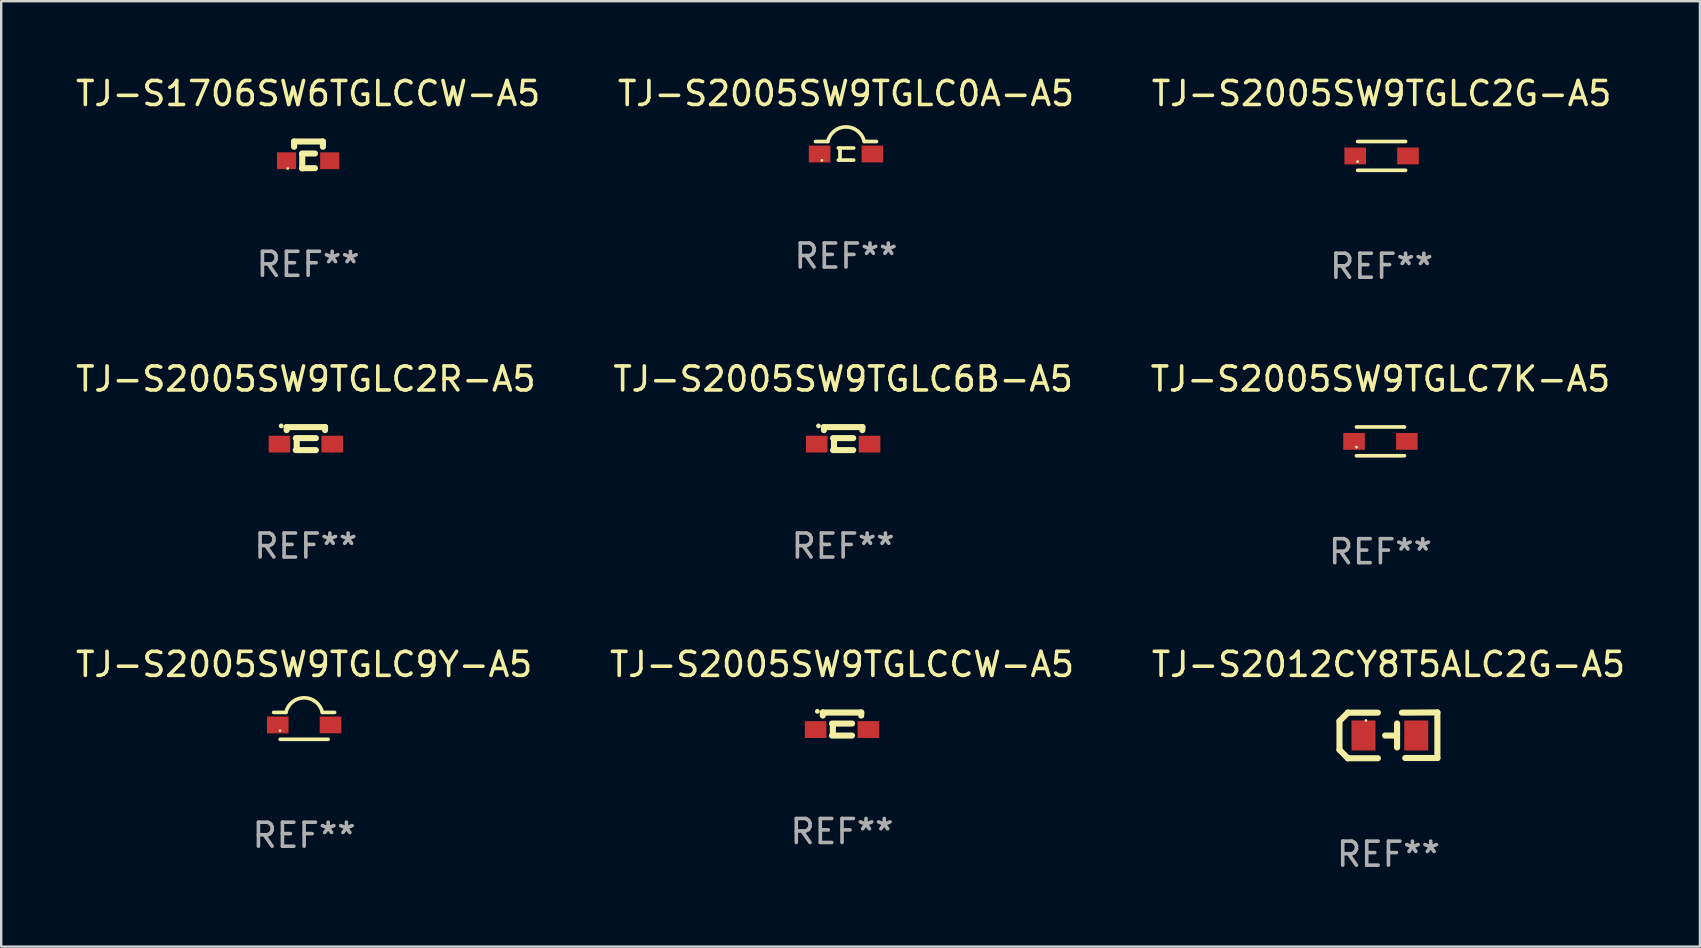
<source format=kicad_pcb>
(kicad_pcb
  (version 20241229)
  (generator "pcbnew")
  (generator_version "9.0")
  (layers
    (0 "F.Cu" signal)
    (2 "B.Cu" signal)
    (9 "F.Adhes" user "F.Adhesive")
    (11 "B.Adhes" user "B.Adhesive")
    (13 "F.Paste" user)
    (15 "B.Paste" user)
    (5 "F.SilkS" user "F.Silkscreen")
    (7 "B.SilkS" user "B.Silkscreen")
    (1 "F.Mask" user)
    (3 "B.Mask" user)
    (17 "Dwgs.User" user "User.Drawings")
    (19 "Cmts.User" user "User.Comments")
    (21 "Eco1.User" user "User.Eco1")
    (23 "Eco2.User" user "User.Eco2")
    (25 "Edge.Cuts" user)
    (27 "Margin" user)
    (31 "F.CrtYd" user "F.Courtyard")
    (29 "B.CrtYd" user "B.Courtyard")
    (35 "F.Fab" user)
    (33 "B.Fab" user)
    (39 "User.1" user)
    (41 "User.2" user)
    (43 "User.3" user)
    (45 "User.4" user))
  (footprint "TJ-S2005SW9TGLCCW-A5"
    (layer "F.Cu")
    (at 32.042 27.123)
    (property "Reference" "TJ-S2005SW9TGLCCW-A5" (at 0 -2.482 0) (layer "F.SilkS") (effects (font (size 1 1) (thickness 0.15))))
    (attr through_hole)
    (fp_line (start -0.8 -0.482) (end -0.8 -0.349) (stroke (width 0.254) (type solid)) (layer "F.SilkS"))
    (fp_line (start -0.797 -0.477) (end 0.803 -0.477) (stroke (width 0.254) (type solid)) (layer "F.SilkS"))
    (fp_line (start -0.419 -0.018) (end 0.419 -0.018) (stroke (width 0.254) (type solid)) (layer "F.SilkS"))
    (fp_line (start -0.419 0.482) (end 0.419 0.482) (stroke (width 0.254) (type solid)) (layer "F.SilkS"))
    (fp_line (start -0.381 0.359) (end -0.381 0.105) (stroke (width 0.254) (type solid)) (layer "F.SilkS"))
    (fp_line (start 0.8 -0.482) (end 0.8 -0.349) (stroke (width 0.254) (type solid)) (layer "F.SilkS"))
    (fp_circle (center -1.027 -0.527) (end -0.977 -0.527) (stroke (width 0.1) (type solid)) (fill no) (layer "F.SilkS"))
    (fp_text user "REF**" (at 0 4.482 0) (layer "F.Fab") (effects (font (size 1 1) (thickness 0.15))))
    (pad "1" smd rect (at -1.1 0.232) (size 0.9 0.7) (layers "F.Cu" "F.Mask" "F.Paste"))
    (pad "2" smd rect (at 1.1 0.232) (size 0.9 0.7) (layers "F.Cu" "F.Mask" "F.Paste")))
  (footprint "TJ-S2005SW9TGLC2G-A5"
    (layer "F.Cu")
    (at 54.53 3.448)
    (property "Reference" "TJ-S2005SW9TGLC2G-A5" (at 0 -2.6 0) (layer "F.SilkS") (effects (font (size 1 1) (thickness 0.15))))
    (attr through_hole)
    (fp_line (start -1 -0.6) (end 1 -0.6) (stroke (width 0.152) (type solid)) (layer "F.SilkS"))
    (fp_line (start -1 0.6) (end 1 0.6) (stroke (width 0.152) (type solid)) (layer "F.SilkS"))
    (fp_circle (center -1 0.24) (end -0.97 0.24) (stroke (width 0.06) (type solid)) (fill no) (layer "F.SilkS"))
    (fp_text user "REF**" (at 0 4.6 0) (layer "F.Fab") (effects (font (size 1 1) (thickness 0.15))))
    (pad "1" smd rect (at -1.1 0) (size 0.9 0.7) (layers "F.Cu" "F.Mask" "F.Paste"))
    (pad "2" smd rect (at 1.1 0) (size 0.9 0.7) (layers "F.Cu" "F.Mask" "F.Paste")))
  (footprint "TJ-S2005SW9TGLC7K-A5"
    (layer "F.Cu")
    (at 54.482 15.345)
    (property "Reference" "TJ-S2005SW9TGLC7K-A5" (at 0 -2.6 0) (layer "F.SilkS") (effects (font (size 1 1) (thickness 0.15))))
    (attr through_hole)
    (fp_line (start -1 -0.6) (end 1 -0.6) (stroke (width 0.152) (type solid)) (layer "F.SilkS"))
    (fp_line (start -1 0.6) (end 1 0.6) (stroke (width 0.152) (type solid)) (layer "F.SilkS"))
    (fp_circle (center -1 0.24) (end -0.97 0.24) (stroke (width 0.06) (type solid)) (fill no) (layer "F.SilkS"))
    (fp_text user "REF**" (at 0 4.6 0) (layer "F.Fab") (effects (font (size 1 1) (thickness 0.15))))
    (pad "1" smd rect (at -1.1 0) (size 0.9 0.7) (layers "F.Cu" "F.Mask" "F.Paste"))
    (pad "2" smd rect (at 1.1 0) (size 0.9 0.7) (layers "F.Cu" "F.Mask" "F.Paste")))
  (footprint "TJ-S2005SW9TGLC0A-A5"
    (layer "F.Cu")
    (at 32.208 3.235)
    (property "Reference" "TJ-S2005SW9TGLC0A-A5" (at 0 -2.387 0) (layer "F.SilkS") (effects (font (size 1 1) (thickness 0.15))))
    (attr through_hole)
    (fp_line (start -1.27 -0.387) (end -0.76 -0.387) (stroke (width 0.152) (type solid)) (layer "F.SilkS"))
    (fp_line (start -0.319 -0.117) (end 0.319 -0.117) (stroke (width 0.152) (type solid)) (layer "F.SilkS"))
    (fp_line (start -0.25 -0.117) (end -0.25 0.387) (stroke (width 0.152) (type solid)) (layer "F.SilkS"))
    (fp_line (start 0.319 0.387) (end -0.319 0.387) (stroke (width 0.152) (type solid)) (layer "F.SilkS"))
    (fp_line (start 1.27 -0.387) (end 0.76 -0.387) (stroke (width 0.152) (type solid)) (layer "F.SilkS"))
    (fp_arc (start -0.759423 -0.387351) (mid 0.000501 -0.99613) (end 0.759957 -0.386767) (stroke (width 0.151994) (type solid)) (layer "F.SilkS"))
    (fp_circle (center -1.005 0.396) (end -0.975 0.396) (stroke (width 0.06) (type solid)) (fill no) (layer "F.SilkS"))
    (fp_text user "REF**" (at 0 4.387 0) (layer "F.Fab") (effects (font (size 1 1) (thickness 0.15))))
    (pad "1" smd rect (at -1.1 0.133) (size 0.9 0.7) (layers "F.Cu" "F.Mask" "F.Paste"))
    (pad "2" smd rect (at 1.1 0.133) (size 0.9 0.7) (layers "F.Cu" "F.Mask" "F.Paste")))
  (footprint "TJ-S2005SW9TGLC2R-A5"
    (layer "F.Cu")
    (at 9.696 15.227)
    (property "Reference" "TJ-S2005SW9TGLC2R-A5" (at 0 -2.482 0) (layer "F.SilkS") (effects (font (size 1 1) (thickness 0.15))))
    (attr through_hole)
    (fp_line (start -0.8 -0.482) (end -0.8 -0.349) (stroke (width 0.254) (type solid)) (layer "F.SilkS"))
    (fp_line (start -0.797 -0.477) (end 0.803 -0.477) (stroke (width 0.254) (type solid)) (layer "F.SilkS"))
    (fp_line (start -0.419 -0.018) (end 0.419 -0.018) (stroke (width 0.254) (type solid)) (layer "F.SilkS"))
    (fp_line (start -0.419 0.482) (end 0.419 0.482) (stroke (width 0.254) (type solid)) (layer "F.SilkS"))
    (fp_line (start -0.381 0.359) (end -0.381 0.105) (stroke (width 0.254) (type solid)) (layer "F.SilkS"))
    (fp_line (start 0.8 -0.482) (end 0.8 -0.349) (stroke (width 0.254) (type solid)) (layer "F.SilkS"))
    (fp_circle (center -1.027 -0.527) (end -0.977 -0.527) (stroke (width 0.1) (type solid)) (fill no) (layer "F.SilkS"))
    (fp_text user "REF**" (at 0 4.482 0) (layer "F.Fab") (effects (font (size 1 1) (thickness 0.15))))
    (pad "1" smd rect (at -1.1 0.232) (size 0.9 0.7) (layers "F.Cu" "F.Mask" "F.Paste"))
    (pad "2" smd rect (at 1.1 0.232) (size 0.9 0.7) (layers "F.Cu" "F.Mask" "F.Paste")))
  (footprint "TJ-S2005SW9TGLC6B-A5"
    (layer "F.Cu")
    (at 32.089 15.227)
    (property "Reference" "TJ-S2005SW9TGLC6B-A5" (at 0 -2.482 0) (layer "F.SilkS") (effects (font (size 1 1) (thickness 0.15))))
    (attr through_hole)
    (fp_line (start -0.8 -0.482) (end -0.8 -0.349) (stroke (width 0.254) (type solid)) (layer "F.SilkS"))
    (fp_line (start -0.797 -0.477) (end 0.803 -0.477) (stroke (width 0.254) (type solid)) (layer "F.SilkS"))
    (fp_line (start -0.419 -0.018) (end 0.419 -0.018) (stroke (width 0.254) (type solid)) (layer "F.SilkS"))
    (fp_line (start -0.419 0.482) (end 0.419 0.482) (stroke (width 0.254) (type solid)) (layer "F.SilkS"))
    (fp_line (start -0.381 0.359) (end -0.381 0.105) (stroke (width 0.254) (type solid)) (layer "F.SilkS"))
    (fp_line (start 0.8 -0.482) (end 0.8 -0.349) (stroke (width 0.254) (type solid)) (layer "F.SilkS"))
    (fp_circle (center -1.027 -0.527) (end -0.977 -0.527) (stroke (width 0.1) (type solid)) (fill no) (layer "F.SilkS"))
    (fp_text user "REF**" (at 0 4.482 0) (layer "F.Fab") (effects (font (size 1 1) (thickness 0.15))))
    (pad "1" smd rect (at -1.1 0.232) (size 0.9 0.7) (layers "F.Cu" "F.Mask" "F.Paste"))
    (pad "2" smd rect (at 1.1 0.232) (size 0.9 0.7) (layers "F.Cu" "F.Mask" "F.Paste")))
  (footprint "TJ-S1706SW6TGLCCW-A5"
    (layer "F.Cu")
    (at 9.792 3.408)
    (property "Reference" "TJ-S1706SW6TGLCCW-A5" (at 0 -2.56 0) (layer "F.SilkS") (effects (font (size 1 1) (thickness 0.15))))
    (attr through_hole)
    (fp_line (start -0.585 -0.56) (end -0.585 -0.341) (stroke (width 0.254) (type solid)) (layer "F.SilkS"))
    (fp_line (start -0.585 -0.56) (end 0.615 -0.56) (stroke (width 0.254) (type solid)) (layer "F.SilkS"))
    (fp_line (start -0.254 0.55) (end 0.284 0.55) (stroke (width 0.254) (type solid)) (layer "F.SilkS"))
    (fp_line (start -0.245 0.56) (end -0.245 -0.039) (stroke (width 0.254) (type solid)) (layer "F.SilkS"))
    (fp_line (start 0.284 -0.06) (end -0.254 -0.06) (stroke (width 0.254) (type solid)) (layer "F.SilkS"))
    (fp_line (start 0.615 -0.56) (end 0.615 -0.341) (stroke (width 0.254) (type solid)) (layer "F.SilkS"))
    (fp_circle (center -0.85 0.565) (end -0.82 0.565) (stroke (width 0.06) (type solid)) (fill no) (layer "F.SilkS"))
    (fp_text user "REF**" (at 0 4.56 0) (layer "F.Fab") (effects (font (size 1 1) (thickness 0.15))))
    (pad "1" smd rect (at -0.9 0.24) (size 0.8 0.7) (layers "F.Cu" "F.Mask" "F.Paste"))
    (pad "2" smd rect (at 0.9 0.24) (size 0.8 0.7) (layers "F.Cu" "F.Mask" "F.Paste")))
  (footprint "TJ-S2012CY8T5ALC2G-A5"
    (layer "F.Cu")
    (at 54.815 27.596)
    (property "Reference" "TJ-S2012CY8T5ALC2G-A5" (at 0 -2.955 0) (layer "F.SilkS") (effects (font (size 1 1) (thickness 0.15))))
    (attr through_hole)
    (fp_line (start -2.04 -0.595) (end -2.04 0.605) (stroke (width 0.254) (type solid)) (layer "F.SilkS"))
    (fp_line (start -1.69 -0.945) (end -1.69 -0.945) (stroke (width 0.254) (type solid)) (layer "F.SilkS"))
    (fp_line (start -1.69 -0.945) (end -2.04 -0.595) (stroke (width 0.254) (type solid)) (layer "F.SilkS"))
    (fp_line (start -1.69 0.955) (end -2.04 0.605) (stroke (width 0.254) (type solid)) (layer "F.SilkS"))
    (fp_line (start -1.69 0.955) (end -1.69 0.955) (stroke (width 0.254) (type solid)) (layer "F.SilkS"))
    (fp_line (start -0.44 -0.945) (end -1.69 -0.945) (stroke (width 0.254) (type solid)) (layer "F.SilkS"))
    (fp_line (start -0.44 0.955) (end -1.69 0.955) (stroke (width 0.254) (type solid)) (layer "F.SilkS"))
    (fp_line (start 0.36 -0.495) (end 0.36 0.505) (stroke (width 0.254) (type solid)) (layer "F.SilkS"))
    (fp_line (start 0.36 0.01) (end -0.14 0.01) (stroke (width 0.254) (type solid)) (layer "F.SilkS"))
    (fp_line (start 0.56 -0.945) (end 2.04 -0.955) (stroke (width 0.254) (type solid)) (layer "F.SilkS"))
    (fp_line (start 0.7 0.945) (end 2.04 0.945) (stroke (width 0.254) (type solid)) (layer "F.SilkS"))
    (fp_line (start 2.04 -0.955) (end 2.04 0.945) (stroke (width 0.254) (type solid)) (layer "F.SilkS"))
    (fp_circle (center -0.94 -0.62) (end -0.91 -0.62) (stroke (width 0.06) (type solid)) (fill no) (layer "F.SilkS"))
    (fp_text user "REF**" (at 0 4.955 0) (layer "F.Fab") (effects (font (size 1 1) (thickness 0.15))))
    (pad "1" smd rect (at -1.04 0.005 180) (size 1 1.25) (layers "F.Cu" "F.Mask" "F.Paste"))
    (pad "2" smd rect (at 1.16 0.005 180) (size 1 1.25) (layers "F.Cu" "F.Mask" "F.Paste")))
  (footprint "TJ-S2005SW9TGLC9Y-A5"
    (layer "F.Cu")
    (at 9.625 27.201)
    (property "Reference" "TJ-S2005SW9TGLC9Y-A5" (at 0 -2.56 0) (layer "F.SilkS") (effects (font (size 1 1) (thickness 0.15))))
    (attr through_hole)
    (fp_line (start -1.27 -0.56) (end -0.76 -0.56) (stroke (width 0.152) (type solid)) (layer "F.SilkS"))
    (fp_line (start -1 0.56) (end 1 0.56) (stroke (width 0.152) (type solid)) (layer "F.SilkS"))
    (fp_line (start 1.27 -0.56) (end 0.76 -0.56) (stroke (width 0.152) (type solid)) (layer "F.SilkS"))
    (fp_arc (start -0.759423 -0.560655) (mid 0.000501 -1.169434) (end 0.759957 -0.560071) (stroke (width 0.151994) (type solid)) (layer "F.SilkS"))
    (fp_circle (center -1 0.201) (end -0.97 0.201) (stroke (width 0.06) (type solid)) (fill no) (layer "F.SilkS"))
    (fp_text user "REF**" (at 0 4.56 0) (layer "F.Fab") (effects (font (size 1 1) (thickness 0.15))))
    (pad "1" smd rect (at -1.1 -0.04) (size 0.9 0.7) (layers "F.Cu" "F.Mask" "F.Paste"))
    (pad "2" smd rect (at 1.1 -0.04) (size 0.9 0.7) (layers "F.Cu" "F.Mask" "F.Paste")))
  (gr_rect
    (start -3 -3)
    (end 67.798 36.4)
    (stroke (width 0.1) (type default))
    (fill no)
    (layer "Edge.Cuts")))
</source>
